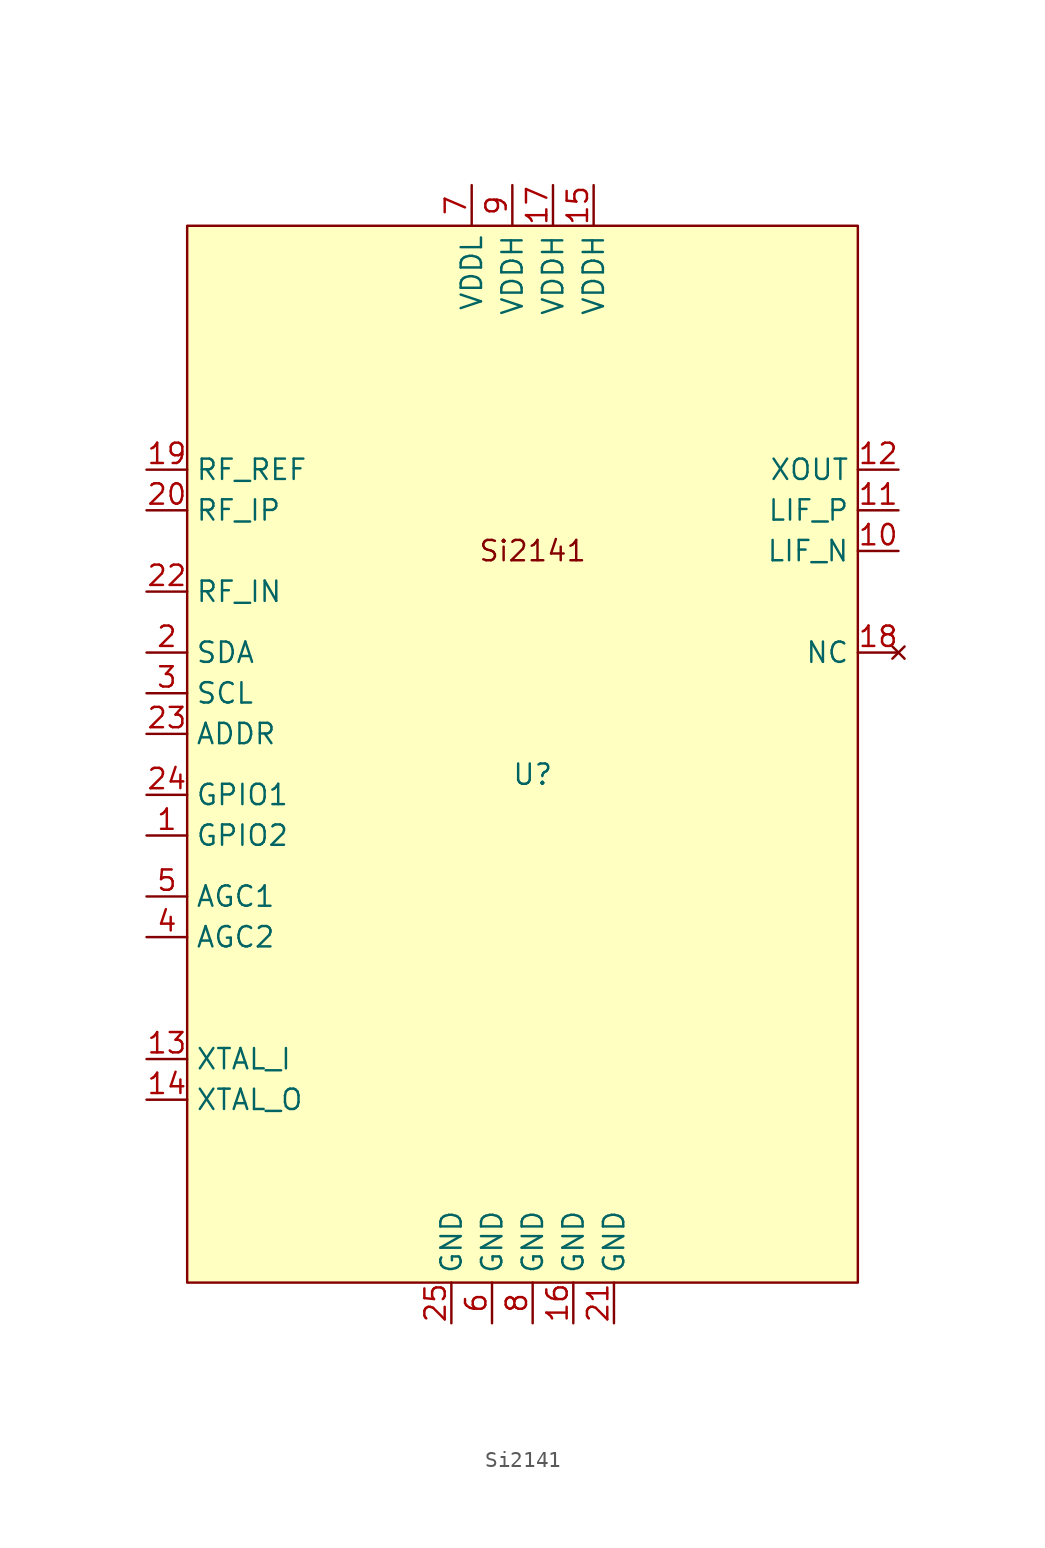
<source format=kicad_sym>
(kicad_symbol_lib
  (version 20220914)
  (generator kicad_symbol_editor)
  (symbol "Si2141"
    (property "Reference" "U"
      (at 0 0 0)
      (effects (font (size 1.27 1.27))))
    (property "Value" ""
      (at -0.635 19.685 0)
      (effects (font (size 1.27 1.27))))
    (symbol "Si2141_0_0"
      (pin unspecified line (at -24.13 -3.81 0) (length 2.54) (name "GPIO2" (effects (font (size 1.27 1.27)))) (number "1" (effects (font (size 1.27 1.27)))))
      (pin output line (at 22.86 13.97 180) (length 2.54) (name "LIF_N" (effects (font (size 1.27 1.27)))) (number "10" (effects (font (size 1.27 1.27)))))
      (pin output line (at 22.86 16.51 180) (length 2.54) (name "LIF_P" (effects (font (size 1.27 1.27)))) (number "11" (effects (font (size 1.27 1.27)))))
      (pin output line (at 22.86 19.05 180) (length 2.54) (name "XOUT" (effects (font (size 1.27 1.27)))) (number "12" (effects (font (size 1.27 1.27)))))
      (pin passive line (at -24.13 -17.78 0) (length 2.54) (name "XTAL_I" (effects (font (size 1.27 1.27)))) (number "13" (effects (font (size 1.27 1.27)))))
      (pin passive line (at -24.13 -20.32 0) (length 2.54) (name "XTAL_O" (effects (font (size 1.27 1.27)))) (number "14" (effects (font (size 1.27 1.27)))))
      (pin power_in line (at 3.81 36.83 270) (length 2.54) (name "VDDH" (effects (font (size 1.27 1.27)))) (number "15" (effects (font (size 1.27 1.27)))))
      (pin power_in line (at 2.54 -34.29 90) (length 2.54) (name "GND" (effects (font (size 1.27 1.27)))) (number "16" (effects (font (size 1.27 1.27)))))
      (pin power_in line (at 1.27 36.83 270) (length 2.54) (name "VDDH" (effects (font (size 1.27 1.27)))) (number "17" (effects (font (size 1.27 1.27)))))
      (pin no_connect line (at 22.86 7.62 180) (length 2.54) (name "NC" (effects (font (size 1.27 1.27)))) (number "18" (effects (font (size 1.27 1.27)))))
      (pin unspecified line (at -24.13 19.05 0) (length 2.54) (name "RF_REF" (effects (font (size 1.27 1.27)))) (number "19" (effects (font (size 1.27 1.27)))))
      (pin bidirectional line (at -24.13 7.62 0) (length 2.54) (name "SDA" (effects (font (size 1.27 1.27)))) (number "2" (effects (font (size 1.27 1.27)))))
      (pin input line (at -24.13 16.51 0) (length 2.54) (name "RF_IP" (effects (font (size 1.27 1.27)))) (number "20" (effects (font (size 1.27 1.27)))))
      (pin power_in line (at 5.08 -34.29 90) (length 2.54) (name "GND" (effects (font (size 1.27 1.27)))) (number "21" (effects (font (size 1.27 1.27)))))
      (pin input line (at -24.13 11.43 0) (length 2.54) (name "RF_IN" (effects (font (size 1.27 1.27)))) (number "22" (effects (font (size 1.27 1.27)))))
      (pin passive line (at -24.13 2.54 0) (length 2.54) (name "ADDR" (effects (font (size 1.27 1.27)))) (number "23" (effects (font (size 1.27 1.27)))))
      (pin bidirectional line (at -24.13 -1.27 0) (length 2.54) (name "GPIO1" (effects (font (size 1.27 1.27)))) (number "24" (effects (font (size 1.27 1.27)))))
      (pin power_in line (at -5.08 -34.29 90) (length 2.54) (name "GND" (effects (font (size 1.27 1.27)))) (number "25" (effects (font (size 1.27 1.27)))))
      (pin input line (at -24.13 5.08 0) (length 2.54) (name "SCL" (effects (font (size 1.27 1.27)))) (number "3" (effects (font (size 1.27 1.27)))))
      (pin input line (at -24.13 -10.16 0) (length 2.54) (name "AGC2" (effects (font (size 1.27 1.27)))) (number "4" (effects (font (size 1.27 1.27)))))
      (pin input line (at -24.13 -7.62 0) (length 2.54) (name "AGC1" (effects (font (size 1.27 1.27)))) (number "5" (effects (font (size 1.27 1.27)))))
      (pin power_in line (at -2.54 -34.29 90) (length 2.54) (name "GND" (effects (font (size 1.27 1.27)))) (number "6" (effects (font (size 1.27 1.27)))))
      (pin power_in line (at -3.81 36.83 270) (length 2.54) (name "VDDL" (effects (font (size 1.27 1.27)))) (number "7" (effects (font (size 1.27 1.27)))))
      (pin power_in line (at 0 -34.29 90) (length 2.54) (name "GND" (effects (font (size 1.27 1.27)))) (number "8" (effects (font (size 1.27 1.27)))))
      (pin power_in line (at -1.27 36.83 270) (length 2.54) (name "VDDH" (effects (font (size 1.27 1.27)))) (number "9" (effects (font (size 1.27 1.27))))))
    (symbol "Si2141_1_1"
      (rectangle (start -21.59 34.29) (end 20.32 -31.75) (stroke (width 0) (type default)) (fill (type background)))
      (text "Si2141" (at 0 13.97 0) (effects (font (size 1.27 1.27)))))))
</source>
